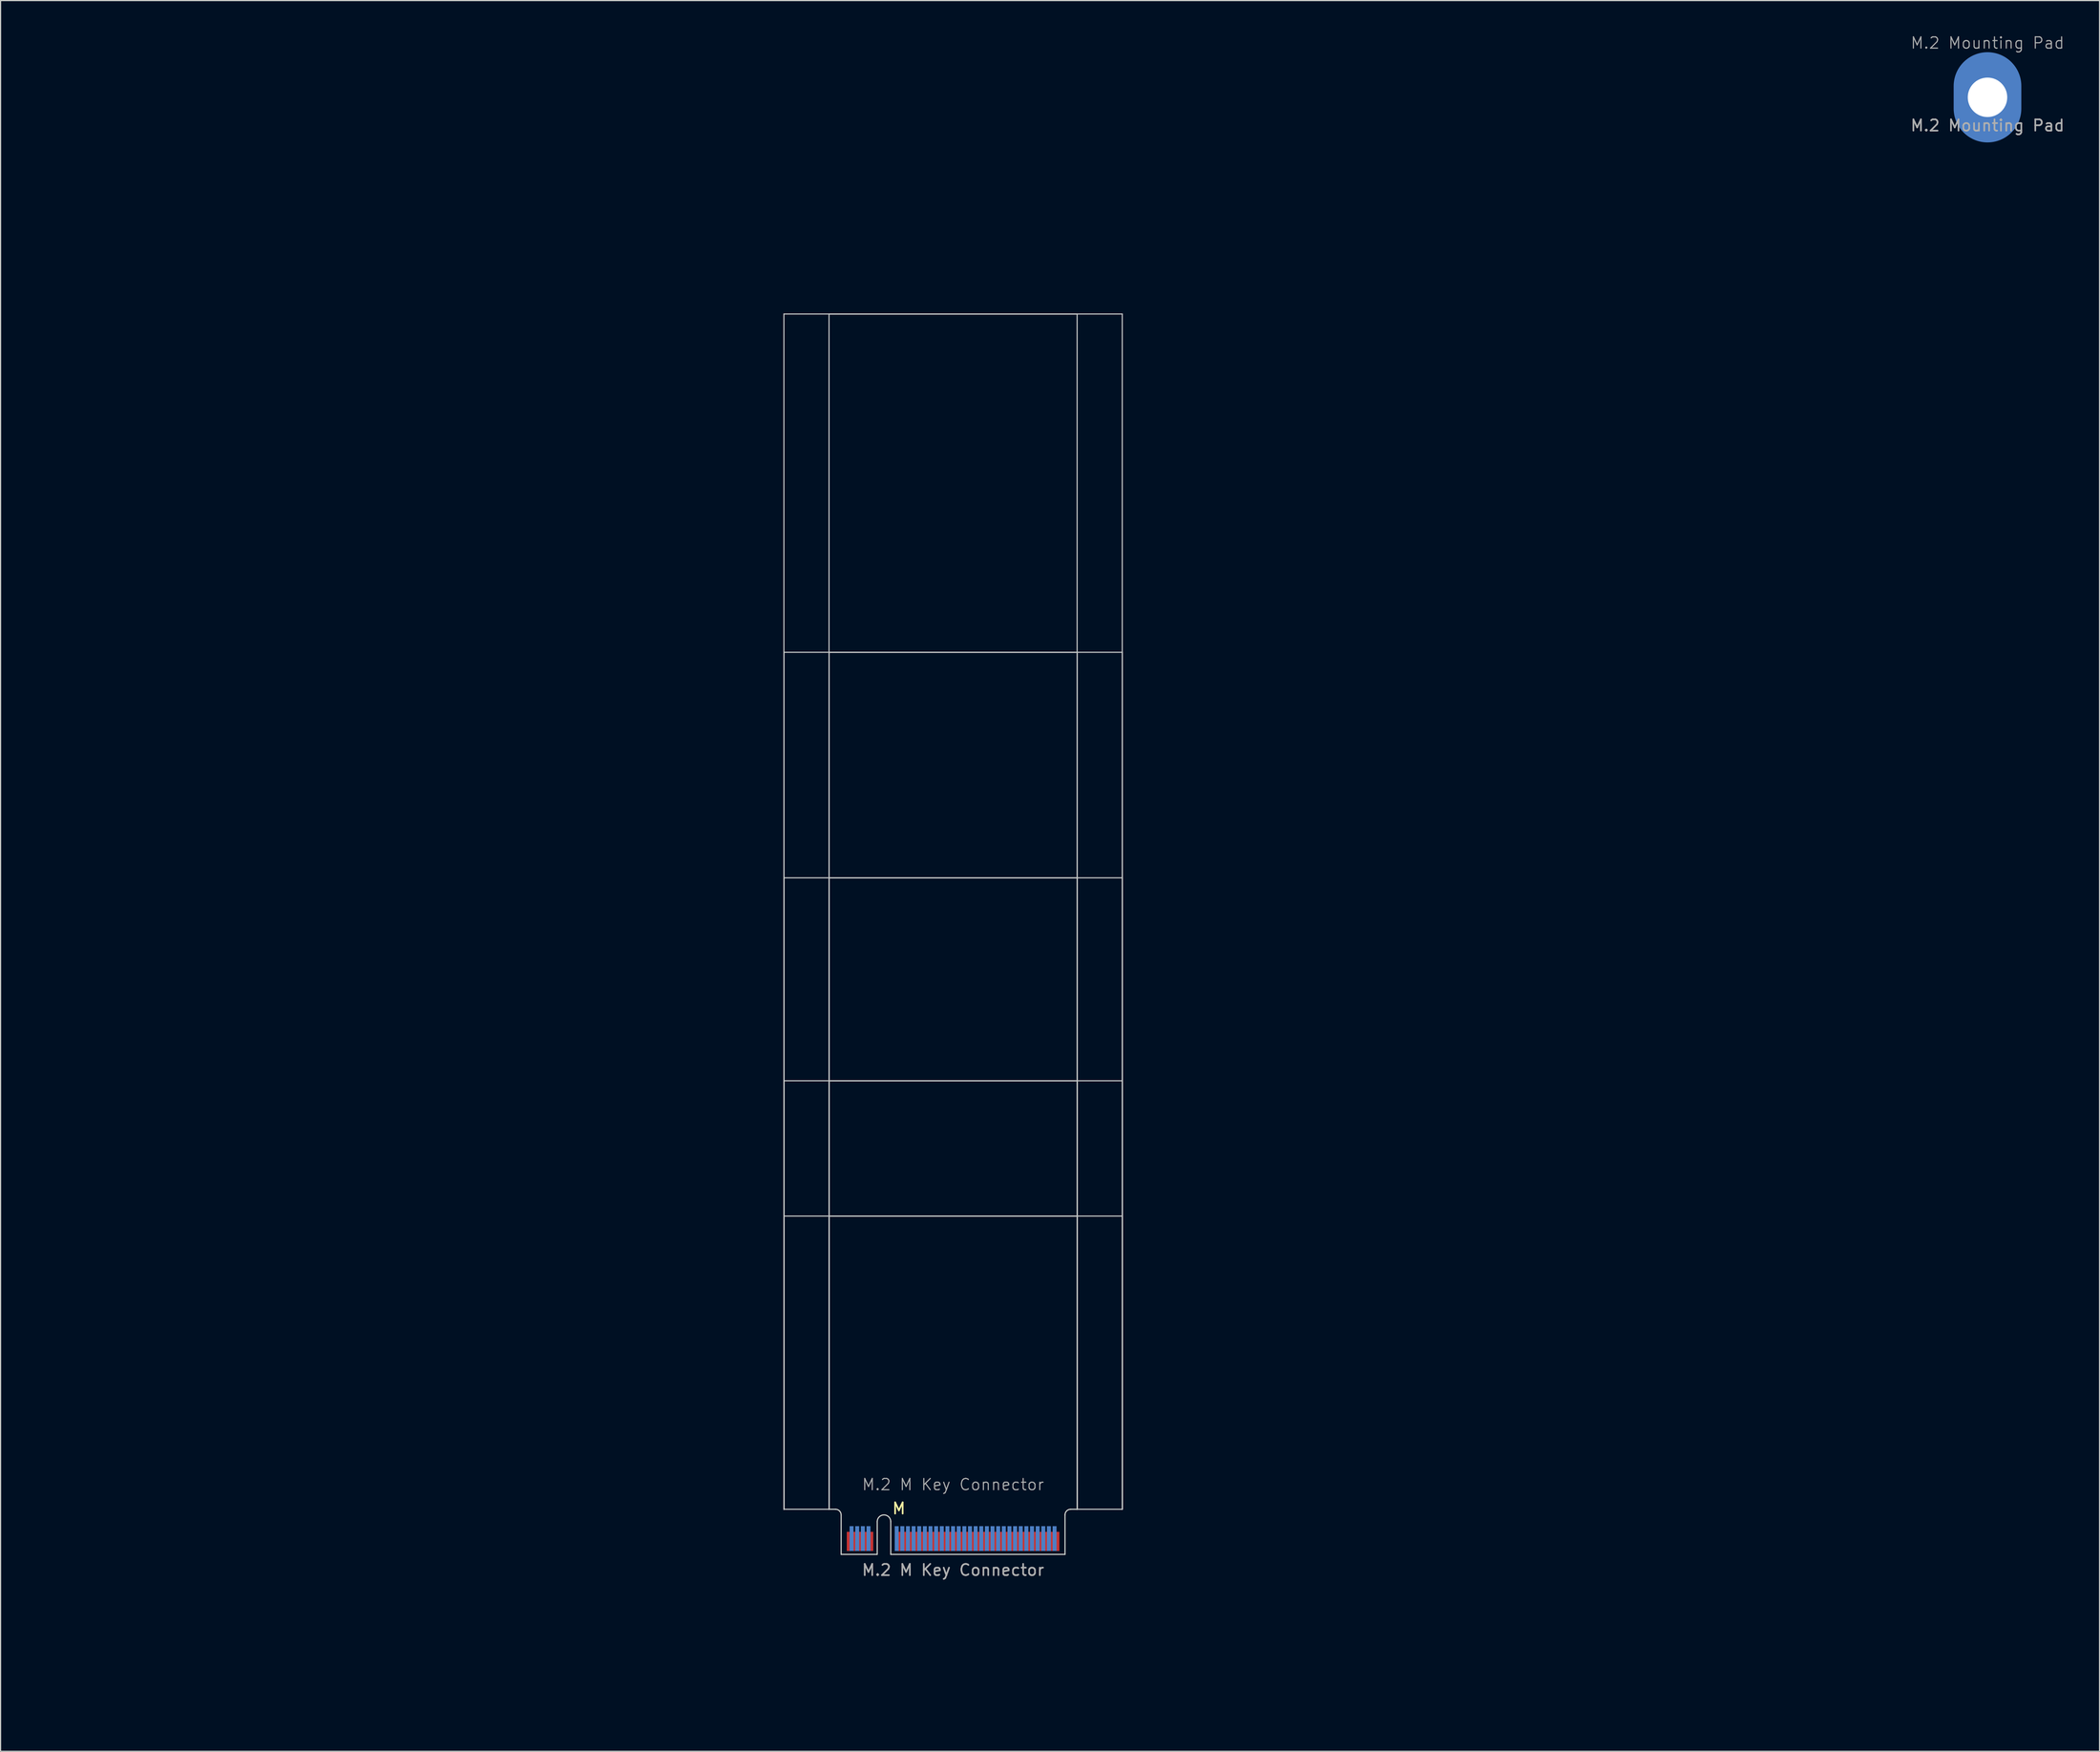
<source format=kicad_pcb>
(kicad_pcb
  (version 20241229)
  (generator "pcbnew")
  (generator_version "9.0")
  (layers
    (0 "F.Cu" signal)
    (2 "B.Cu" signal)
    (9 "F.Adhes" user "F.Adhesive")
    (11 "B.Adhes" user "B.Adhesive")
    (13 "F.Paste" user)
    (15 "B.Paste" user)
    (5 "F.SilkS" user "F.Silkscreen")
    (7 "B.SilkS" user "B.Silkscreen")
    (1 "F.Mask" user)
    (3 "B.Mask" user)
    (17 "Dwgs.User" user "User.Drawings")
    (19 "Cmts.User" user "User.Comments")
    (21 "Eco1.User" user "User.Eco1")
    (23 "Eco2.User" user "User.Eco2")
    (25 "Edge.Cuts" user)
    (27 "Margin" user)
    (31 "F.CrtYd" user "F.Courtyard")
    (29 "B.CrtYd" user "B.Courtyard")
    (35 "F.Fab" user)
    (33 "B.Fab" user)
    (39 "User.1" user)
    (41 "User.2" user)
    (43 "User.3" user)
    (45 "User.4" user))
  (footprint "M.2 M Key Connector"
    (layer "F.Cu")
    (at 81.459 133.687)
    (property "Reference" "M.2 M Key Connector" (at 0 -5.08 0) (unlocked yes) (layer "F.Fab") (effects (font (size 1 1) (thickness 0.1))))
    (attr exclude_from_pos_files exclude_from_bom)
    (fp_rect (start -9.925 -0.94) (end 9.925 1.11) (stroke (width 0) (type default)) (fill yes) (layer "F.Mask"))
    (fp_rect (start -9.925 -1.44) (end 9.925 1.11) (stroke (width 0) (type default)) (fill yes) (layer "B.Mask"))
    (fp_line (start -15 -108.89) (end 15 -108.89) (stroke (width 0.1) (type default)) (layer "Dwgs.User"))
    (fp_line (start -15 -78.89) (end 15 -78.89) (stroke (width 0.1) (type default)) (layer "Dwgs.User"))
    (fp_line (start -15 -58.89) (end 15 -58.89) (stroke (width 0.1) (type default)) (layer "Dwgs.User"))
    (fp_line (start -15 -40.89) (end 15 -40.89) (stroke (width 0.1) (type default)) (layer "Dwgs.User"))
    (fp_line (start -15 -28.89) (end 15 -28.89) (stroke (width 0.1) (type default)) (layer "Dwgs.User"))
    (fp_line (start -15 -2.89) (end -15 -108.89) (stroke (width 0.1) (type default)) (layer "Dwgs.User"))
    (fp_line (start -15 -2.89) (end -15 -78.89) (stroke (width 0.1) (type default)) (layer "Dwgs.User"))
    (fp_line (start -15 -2.89) (end -15 -58.89) (stroke (width 0.1) (type default)) (layer "Dwgs.User"))
    (fp_line (start -15 -2.89) (end -15 -40.89) (stroke (width 0.1) (type default)) (layer "Dwgs.User"))
    (fp_line (start -15 -2.89) (end -15 -28.89) (stroke (width 0.1) (type default)) (layer "Dwgs.User"))
    (fp_line (start -11 -108.89) (end 11 -108.89) (stroke (width 0.1) (type default)) (layer "Dwgs.User"))
    (fp_line (start -11 -78.89) (end 11 -78.89) (stroke (width 0.1) (type default)) (layer "Dwgs.User"))
    (fp_line (start -11 -58.89) (end 11 -58.89) (stroke (width 0.1) (type default)) (layer "Dwgs.User"))
    (fp_line (start -11 -40.89) (end 11 -40.89) (stroke (width 0.1) (type default)) (layer "Dwgs.User"))
    (fp_line (start -11 -28.89) (end 11 -28.89) (stroke (width 0.1) (type default)) (layer "Dwgs.User"))
    (fp_line (start -11 -2.89) (end -15 -2.89) (stroke (width 0.1) (type default)) (layer "Dwgs.User"))
    (fp_line (start -11 -2.89) (end -11 -108.89) (stroke (width 0.1) (type default)) (layer "Dwgs.User"))
    (fp_line (start -11 -2.89) (end -11 -78.89) (stroke (width 0.1) (type default)) (layer "Dwgs.User"))
    (fp_line (start -11 -2.89) (end -11 -58.89) (stroke (width 0.1) (type default)) (layer "Dwgs.User"))
    (fp_line (start -11 -2.89) (end -11 -40.89) (stroke (width 0.1) (type default)) (layer "Dwgs.User"))
    (fp_line (start -11 -2.89) (end -11 -28.89) (stroke (width 0.1) (type default)) (layer "Dwgs.User"))
    (fp_line (start 11 -108.89) (end 11 -2.89) (stroke (width 0.1) (type default)) (layer "Dwgs.User"))
    (fp_line (start 11 -78.89) (end 11 -2.89) (stroke (width 0.1) (type default)) (layer "Dwgs.User"))
    (fp_line (start 11 -58.89) (end 11 -2.89) (stroke (width 0.1) (type default)) (layer "Dwgs.User"))
    (fp_line (start 11 -40.89) (end 11 -2.89) (stroke (width 0.1) (type default)) (layer "Dwgs.User"))
    (fp_line (start 11 -28.89) (end 11 -2.89) (stroke (width 0.1) (type default)) (layer "Dwgs.User"))
    (fp_line (start 11 -2.89) (end 15 -2.89) (stroke (width 0.1) (type default)) (layer "Dwgs.User"))
    (fp_line (start 15 -108.89) (end 15 -2.89) (stroke (width 0.1) (type default)) (layer "Dwgs.User"))
    (fp_line (start 15 -78.89) (end 15 -2.89) (stroke (width 0.1) (type default)) (layer "Dwgs.User"))
    (fp_line (start 15 -40.89) (end 15 -2.89) (stroke (width 0.1) (type default)) (layer "Dwgs.User"))
    (fp_line (start 15 -28.89) (end 15 -2.89) (stroke (width 0.1) (type default)) (layer "Dwgs.User"))
    (fp_line (start 15 -2.89) (end 15 -58.89) (stroke (width 0.1) (type default)) (layer "Dwgs.User"))
    (fp_line (start -11 -2.89) (end -10.425 -2.89) (stroke (width 0.1) (type default)) (layer "Edge.Cuts"))
    (fp_line (start -9.925 -2.39) (end -9.925 1.11) (stroke (width 0.1) (type default)) (layer "Edge.Cuts"))
    (fp_line (start -6.725 -1.79) (end -6.725 1.11) (stroke (width 0.1) (type default)) (layer "Edge.Cuts"))
    (fp_line (start -6.725 1.11) (end -9.925 1.11) (stroke (width 0.1) (type default)) (layer "Edge.Cuts"))
    (fp_line (start -5.525 -1.79) (end -5.525 1.11) (stroke (width 0.1) (type default)) (layer "Edge.Cuts"))
    (fp_line (start -5.525 1.11) (end 9.925 1.11) (stroke (width 0.1) (type default)) (layer "Edge.Cuts"))
    (fp_line (start 9.925 -2.39) (end 9.925 1.11) (stroke (width 0.1) (type default)) (layer "Edge.Cuts"))
    (fp_line (start 10.425 -2.89) (end 11 -2.89) (stroke (width 0.1) (type default)) (layer "Edge.Cuts"))
    (fp_arc (start -10.425 -2.89) (mid -10.071447 -2.743553) (end -9.925 -2.39) (stroke (width 0.1) (type default)) (layer "Edge.Cuts"))
    (fp_arc (start -6.725 -1.79) (mid -6.125 -2.39) (end -5.525 -1.79) (stroke (width 0.1) (type default)) (layer "Edge.Cuts"))
    (fp_arc (start 9.925 -2.39) (mid 10.071447 -2.743553) (end 10.425 -2.89) (stroke (width 0.1) (type default)) (layer "Edge.Cuts"))
    (fp_line (start -0.71 -109.6) (end 0.71 -108.18) (stroke (width 0.15) (type default)) (layer "User.3"))
    (fp_line (start -0.71 -79.6) (end 0.71 -78.18) (stroke (width 0.15) (type default)) (layer "User.3"))
    (fp_line (start -0.71 -59.6) (end 0.71 -58.18) (stroke (width 0.15) (type default)) (layer "User.3"))
    (fp_line (start -0.71 -41.6) (end 0.71 -40.18) (stroke (width 0.15) (type default)) (layer "User.3"))
    (fp_line (start -0.71 -29.6) (end 0.71 -28.18) (stroke (width 0.15) (type default)) (layer "User.3"))
    (fp_line (start 0.71 -109.6) (end -0.71 -108.18) (stroke (width 0.15) (type default)) (layer "User.3"))
    (fp_line (start 0.71 -79.6) (end -0.71 -78.18) (stroke (width 0.15) (type default)) (layer "User.3"))
    (fp_line (start 0.71 -59.6) (end -0.71 -58.18) (stroke (width 0.15) (type default)) (layer "User.3"))
    (fp_line (start 0.71 -41.6) (end -0.71 -40.18) (stroke (width 0.15) (type default)) (layer "User.3"))
    (fp_line (start 0.71 -29.6) (end -0.71 -28.18) (stroke (width 0.15) (type default)) (layer "User.3"))
    (fp_rect (start -15 -108.89) (end 15 -105.09) (stroke (width 0.1) (type default)) (fill no) (layer "User.4"))
    (fp_rect (start -15 -78.89) (end 15 -75.09) (stroke (width 0.1) (type default)) (fill no) (layer "User.4"))
    (fp_rect (start -15 -58.89) (end 15 -55.09) (stroke (width 0.1) (type default)) (fill no) (layer "User.4"))
    (fp_rect (start -15 -40.89) (end 15 -37.09) (stroke (width 0.1) (type default)) (fill no) (layer "User.4"))
    (fp_rect (start -15 -28.89) (end 15 -25.09) (stroke (width 0.1) (type default)) (fill no) (layer "User.4"))
    (fp_text user "M" (at -5.475 -2.375 0) (unlocked yes) (layer "F.SilkS") (effects (font (size 1 1) (thickness 0.15)) (justify left bottom)))
    (fp_text user "${REFERENCE}" (at 0 2.5 0) (unlocked yes) (layer "F.Fab") (effects (font (size 1 1) (thickness 0.15))))
    (fp_text user "22, 30mm width and 30, 42, 60, 80, 110mm length shown in Blue (User.2 Layer)" (at 0.02 14.055 0) (unlocked yes) (layer "User.2") (effects (font (size 2 2) (thickness 0.2))))
    (fp_text user "Place \"M.2 Mounting Pad\" Footprint from library on Teal (User.3 Layer) X's" (at -0.13 9.4 0) (unlocked yes) (layer "User.3") (effects (font (size 2 2) (thickness 0.2))))
    (fp_text user "Yellow areas (User.4 Layer) reserverd for RF recepticals or for components when no RF recepticals used." (at 0.165 4.83 0) (unlocked yes) (layer "User.4") (effects (font (size 2 2) (thickness 0.2))))
    (dimension (type orthogonal) (layer "User.2") (pts (xy 91.369 134.797) (xy 91.369 54.797)) (height 58.985) (orientation 1) (format (prefix "") (suffix "") (units 3) (units_format 0) (precision 4) (suppress_zeroes yes)) (style (thickness 0.1) (arrow_length 1.27) (text_position_mode 0) (arrow_direction outward) (extension_height 0.586) (extension_offset 0.5) (keep_text_aligned yes)) (gr_text "80" (at 147.054 94.797 90) (layer "User.2") (effects (font (size 3 3) (thickness 0.3)))))
    (dimension (type orthogonal) (layer "User.2") (pts (xy 70.459 24.797) (xy 92.459 24.797)) (height -12.48) (orientation 0) (format (prefix "") (suffix "") (units 3) (units_format 0) (precision 4) (suppress_zeroes yes)) (style (thickness 0.1) (arrow_length 1.27) (text_position_mode 0) (arrow_direction outward) (extension_height 0.586) (extension_offset 0.5) (keep_text_aligned yes)) (gr_text "22" (at 81.459 8.917 0) (layer "User.2") (effects (font (size 3 3) (thickness 0.4)))))
    (dimension (type orthogonal) (layer "User.2") (pts (xy 91.384 134.797) (xy 91.384 74.797)) (height 45.245) (orientation 1) (format (prefix "") (suffix "") (units 3) (units_format 0) (precision 4) (suppress_zeroes yes)) (style (thickness 0.1) (arrow_length 1.27) (text_position_mode 0) (arrow_direction outward) (extension_height 0.586) (extension_offset 0.5) (keep_text_aligned yes)) (gr_text "60" (at 133.329 104.797 90) (layer "User.2") (effects (font (size 3 3) (thickness 0.3)))))
    (dimension (type orthogonal) (layer "User.2") (pts (xy 91.384 134.797) (xy 91.384 24.797)) (height 69.74) (orientation 1) (format (prefix "") (suffix "") (units 3) (units_format 0) (precision 4) (suppress_zeroes yes)) (style (thickness 0.1) (arrow_length 1.27) (text_position_mode 0) (arrow_direction outward) (extension_height 0.586) (extension_offset 0.5) (keep_text_aligned yes)) (gr_text "110" (at 157.824 79.797 90) (layer "User.2") (effects (font (size 3 3) (thickness 0.3)))))
    (dimension (type orthogonal) (layer "User.2") (pts (xy 91.384 134.797) (xy 91.384 104.797)) (height 20.795) (orientation 1) (format (prefix "") (suffix "") (units 3) (units_format 0) (precision 4) (suppress_zeroes yes)) (style (thickness 0.1) (arrow_length 1.27) (text_position_mode 0) (arrow_direction outward) (extension_height 0.586) (extension_offset 0.5) (keep_text_aligned yes)) (gr_text "30" (at 108.879 119.797 90) (layer "User.2") (effects (font (size 3 3) (thickness 0.3)))))
    (dimension (type orthogonal) (layer "User.2") (pts (xy 66.459 23.687) (xy 96.459 23.687)) (height -17.83) (orientation 0) (format (prefix "") (suffix "") (units 3) (units_format 0) (precision 4) (suppress_zeroes yes)) (style (thickness 0.1) (arrow_length 1.27) (text_position_mode 0) (arrow_direction outward) (extension_height 0.586) (extension_offset 0.5) (keep_text_aligned yes)) (gr_text "30" (at 81.459 2.457 0) (layer "User.2") (effects (font (size 3 3) (thickness 0.4)))))
    (dimension (type orthogonal) (layer "User.2") (pts (xy 91.384 134.797) (xy 91.384 92.797)) (height 32.695) (orientation 1) (format (prefix "") (suffix "") (units 3) (units_format 0) (precision 4) (suppress_zeroes yes)) (style (thickness 0.1) (arrow_length 1.27) (text_position_mode 0) (arrow_direction outward) (extension_height 0.586) (extension_offset 0.5) (keep_text_aligned yes)) (gr_text "42" (at 120.779 113.797 90) (layer "User.2") (effects (font (size 3 3) (thickness 0.3)))))
    (pad "1" smd rect (at 9.25 -0.04 180) (size 0.35 1.7) (layers "F.Cu"))
    (pad "2" smd rect (at 9 -0.29 180) (size 0.35 2.2) (layers "B.Cu"))
    (pad "3" smd rect (at 8.75 -0.04 180) (size 0.35 1.7) (layers "F.Cu"))
    (pad "4" smd rect (at 8.5 -0.29 180) (size 0.35 2.2) (layers "B.Cu"))
    (pad "5" smd rect (at 8.25 -0.04 180) (size 0.35 1.7) (layers "F.Cu"))
    (pad "6" smd rect (at 8 -0.29 180) (size 0.35 2.2) (layers "B.Cu"))
    (pad "7" smd rect (at 7.75 -0.04 180) (size 0.35 1.7) (layers "F.Cu"))
    (pad "8" smd rect (at 7.5 -0.29 180) (size 0.35 2.2) (layers "B.Cu"))
    (pad "9" smd rect (at 7.25 -0.04 180) (size 0.35 1.7) (layers "F.Cu"))
    (pad "10" smd rect (at 7 -0.29 180) (size 0.35 2.2) (layers "B.Cu"))
    (pad "11" smd rect (at 6.75 -0.04 180) (size 0.35 1.7) (layers "F.Cu"))
    (pad "12" smd rect (at 6.5 -0.29 180) (size 0.35 2.2) (layers "B.Cu"))
    (pad "13" smd rect (at 6.25 -0.04 180) (size 0.35 1.7) (layers "F.Cu"))
    (pad "14" smd rect (at 6 -0.29 180) (size 0.35 2.2) (layers "B.Cu"))
    (pad "15" smd rect (at 5.75 -0.04 180) (size 0.35 1.7) (layers "F.Cu"))
    (pad "16" smd rect (at 5.5 -0.29 180) (size 0.35 2.2) (layers "B.Cu"))
    (pad "17" smd rect (at 5.25 -0.04 180) (size 0.35 1.7) (layers "F.Cu"))
    (pad "18" smd rect (at 5 -0.29 180) (size 0.35 2.2) (layers "B.Cu"))
    (pad "19" smd rect (at 4.75 -0.04 180) (size 0.35 1.7) (layers "F.Cu"))
    (pad "20" smd rect (at 4.5 -0.29 180) (size 0.35 2.2) (layers "B.Cu"))
    (pad "21" smd rect (at 4.25 -0.04 180) (size 0.35 1.7) (layers "F.Cu"))
    (pad "22" smd rect (at 4 -0.29 180) (size 0.35 2.2) (layers "B.Cu"))
    (pad "23" smd rect (at 3.75 -0.04 180) (size 0.35 1.7) (layers "F.Cu"))
    (pad "24" smd rect (at 3.5 -0.29 180) (size 0.35 2.2) (layers "B.Cu"))
    (pad "25" smd rect (at 3.25 -0.04 180) (size 0.35 1.7) (layers "F.Cu"))
    (pad "26" smd rect (at 3 -0.29 180) (size 0.35 2.2) (layers "B.Cu"))
    (pad "27" smd rect (at 2.75 -0.04 180) (size 0.35 1.7) (layers "F.Cu"))
    (pad "28" smd rect (at 2.5 -0.29 180) (size 0.35 2.2) (layers "B.Cu"))
    (pad "29" smd rect (at 2.25 -0.04 180) (size 0.35 1.7) (layers "F.Cu"))
    (pad "30" smd rect (at 2 -0.29 180) (size 0.35 2.2) (layers "B.Cu"))
    (pad "31" smd rect (at 1.75 -0.04 180) (size 0.35 1.7) (layers "F.Cu"))
    (pad "32" smd rect (at 1.5 -0.29 180) (size 0.35 2.2) (layers "B.Cu"))
    (pad "33" smd rect (at 1.25 -0.04 180) (size 0.35 1.7) (layers "F.Cu"))
    (pad "34" smd rect (at 1 -0.29 180) (size 0.35 2.2) (layers "B.Cu"))
    (pad "35" smd rect (at 0.75 -0.04 180) (size 0.35 1.7) (layers "F.Cu"))
    (pad "36" smd rect (at 0.5 -0.29 180) (size 0.35 2.2) (layers "B.Cu"))
    (pad "37" smd rect (at 0.25 -0.04 180) (size 0.35 1.7) (layers "F.Cu"))
    (pad "38" smd rect (at 0 -0.29 180) (size 0.35 2.2) (layers "B.Cu"))
    (pad "39" smd rect (at -0.25 -0.04 180) (size 0.35 1.7) (layers "F.Cu"))
    (pad "40" smd rect (at -0.5 -0.29 180) (size 0.35 2.2) (layers "B.Cu"))
    (pad "41" smd rect (at -0.75 -0.04 180) (size 0.35 1.7) (layers "F.Cu"))
    (pad "42" smd rect (at -1 -0.29 180) (size 0.35 2.2) (layers "B.Cu"))
    (pad "43" smd rect (at -1.25 -0.04 180) (size 0.35 1.7) (layers "F.Cu"))
    (pad "44" smd rect (at -1.5 -0.29 180) (size 0.35 2.2) (layers "B.Cu"))
    (pad "45" smd rect (at -1.75 -0.04 180) (size 0.35 1.7) (layers "F.Cu"))
    (pad "46" smd rect (at -2 -0.29 180) (size 0.35 2.2) (layers "B.Cu"))
    (pad "47" smd rect (at -2.25 -0.04 180) (size 0.35 1.7) (layers "F.Cu"))
    (pad "48" smd rect (at -2.5 -0.29 180) (size 0.35 2.2) (layers "B.Cu"))
    (pad "49" smd rect (at -2.75 -0.04 180) (size 0.35 1.7) (layers "F.Cu"))
    (pad "50" smd rect (at -3 -0.29 180) (size 0.35 2.2) (layers "B.Cu"))
    (pad "51" smd rect (at -3.25 -0.04 180) (size 0.35 1.7) (layers "F.Cu"))
    (pad "52" smd rect (at -3.5 -0.29 180) (size 0.35 2.2) (layers "B.Cu"))
    (pad "53" smd rect (at -3.75 -0.04 180) (size 0.35 1.7) (layers "F.Cu"))
    (pad "54" smd rect (at -4 -0.29 180) (size 0.35 2.2) (layers "B.Cu"))
    (pad "55" smd rect (at -4.25 -0.04 180) (size 0.35 1.7) (layers "F.Cu"))
    (pad "56" smd rect (at -4.5 -0.29 180) (size 0.35 2.2) (layers "B.Cu"))
    (pad "57" smd rect (at -4.75 -0.04 180) (size 0.35 1.7) (layers "F.Cu"))
    (pad "58" smd rect (at -5 -0.29 180) (size 0.35 2.2) (layers "B.Cu"))
    (pad "67" smd rect (at -7.25 -0.04 180) (size 0.35 1.7) (layers "F.Cu"))
    (pad "68" smd rect (at -7.5 -0.29 180) (size 0.35 2.2) (layers "B.Cu"))
    (pad "69" smd rect (at -7.75 -0.04 180) (size 0.35 1.7) (layers "F.Cu"))
    (pad "70" smd rect (at -8 -0.29 180) (size 0.35 2.2) (layers "B.Cu"))
    (pad "71" smd rect (at -8.25 -0.04 180) (size 0.35 1.7) (layers "F.Cu"))
    (pad "72" smd rect (at -8.5 -0.29 180) (size 0.35 2.2) (layers "B.Cu"))
    (pad "73" smd rect (at -8.75 -0.04 180) (size 0.35 1.7) (layers "F.Cu"))
    (pad "74" smd rect (at -9 -0.29 180) (size 0.35 2.2) (layers "B.Cu"))
    (pad "75" smd rect (at -9.25 -0.04 180) (size 0.35 1.7) (layers "F.Cu"))
    (zone (net_name "") (layer "F.Cu") (name "Front Component Keepout") (hatch edge 0.5) (connect_pads) (min_thickness 0.25) (filled_areas_thickness no) (keepout (tracks allowed) (vias allowed) (pads not_allowed) (copperpour allowed) (footprints not_allowed)) (placement (enabled no)) (fill) (polygon (pts (xy 92.459 130.797) (xy 92.459 134.797) (xy 70.459 134.797) (xy 70.459 130.797))))
    (zone (net_name "") (layer "B.Cu") (name "Rear Component Keepout") (hatch full 0.5) (connect_pads) (min_thickness 0.25) (filled_areas_thickness no) (keepout (tracks allowed) (vias allowed) (pads not_allowed) (copperpour allowed) (footprints not_allowed)) (placement (enabled no)) (fill) (polygon (pts (xy 96.459 134.797) (xy 96.459 129.597) (xy 66.459 129.597) (xy 66.459 134.797)))))
  (footprint "M.2 Mounting Pad"
    (layer "F.Cu")
    (at 173.182 5.58)
    (property "Reference" "M.2 Mounting Pad" (at 0 -4.82 0) (unlocked yes) (layer "F.Fab") (effects (font (size 1 1) (thickness 0.1))))
    (attr smd)
    (fp_text user "${REFERENCE}" (at 0 2.5 0) (unlocked yes) (layer "F.Fab") (effects (font (size 1 1) (thickness 0.15))))
    (pad "1" thru_hole circle (at 0 0) (size 5.5 5.5) (drill 3.5) (property pad_prop_castellated) (layers "*.Cu" "*.Mask") (padstack (mode front_inner_back) (layer "Inner" (shape circle) (size 5.5 5.5)) (layer "B.Cu" (shape oval) (size 6 8)))))
  (gr_rect
    (start -3 -3)
    (end 183.117 152.263)
    (stroke (width 0.1) (type default))
    (fill no)
    (layer "Edge.Cuts")))
</source>
